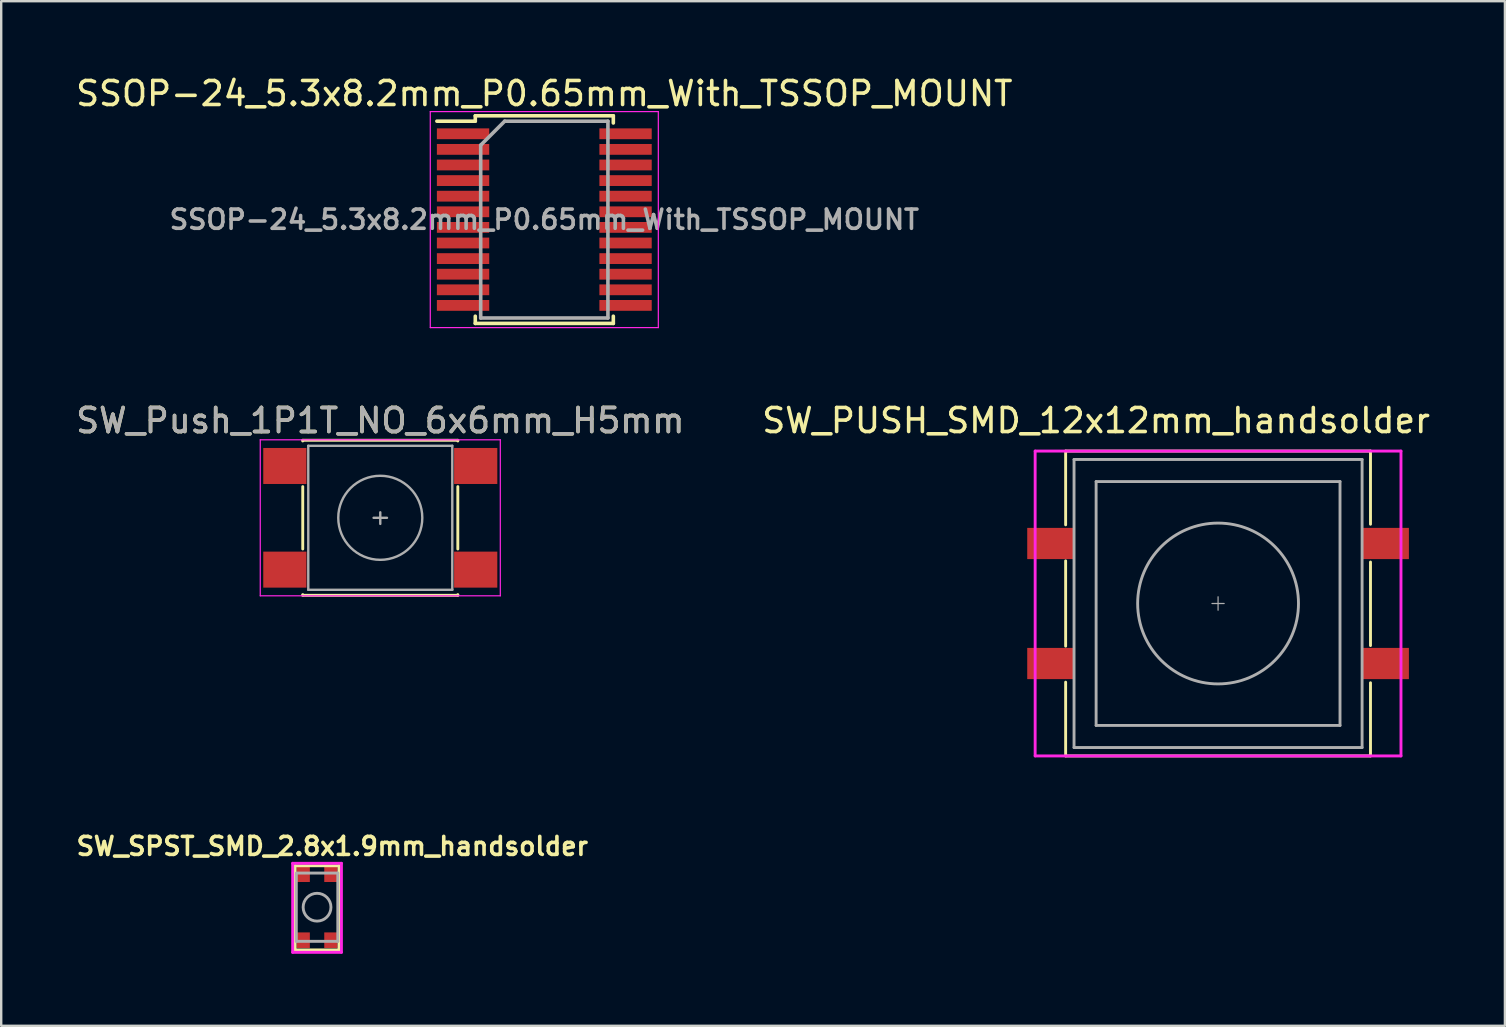
<source format=kicad_pcb>
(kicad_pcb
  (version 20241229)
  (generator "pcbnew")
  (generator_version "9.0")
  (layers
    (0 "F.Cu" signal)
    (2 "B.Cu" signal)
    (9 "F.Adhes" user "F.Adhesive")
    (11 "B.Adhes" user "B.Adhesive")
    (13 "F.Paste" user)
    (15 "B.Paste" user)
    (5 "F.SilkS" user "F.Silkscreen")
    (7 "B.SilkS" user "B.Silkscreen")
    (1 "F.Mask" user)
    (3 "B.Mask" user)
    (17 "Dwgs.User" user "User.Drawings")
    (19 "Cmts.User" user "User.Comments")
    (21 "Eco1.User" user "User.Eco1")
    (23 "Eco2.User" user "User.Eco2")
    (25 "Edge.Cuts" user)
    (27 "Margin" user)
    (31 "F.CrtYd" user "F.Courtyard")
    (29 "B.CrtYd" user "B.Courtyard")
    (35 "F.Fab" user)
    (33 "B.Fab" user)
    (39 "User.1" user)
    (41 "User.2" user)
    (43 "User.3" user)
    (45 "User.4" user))
  (footprint "SW_SPST_SMD_2.8x1.9mm_handsolder"
    (layer "F.Cu")
    (at 10.158 34.743)
    (property "Reference" "SW_SPST_SMD_2.8x1.9mm_handsolder" (at 0.635 -2.54 0) (layer "F.SilkS") (effects (font (size 0.75 0.75) (thickness 0.15))))
    (attr through_hole)
    (fp_line (start -0.914 -1.727) (end 0.914 -1.727) (stroke (width 0.12) (type solid)) (layer "F.SilkS"))
    (fp_line (start -0.914 1.778) (end -0.914 -1.727) (stroke (width 0.12) (type solid)) (layer "F.SilkS"))
    (fp_line (start 0.914 -1.727) (end 0.914 1.778) (stroke (width 0.12) (type solid)) (layer "F.SilkS"))
    (fp_line (start 0.914 1.778) (end -0.914 1.778) (stroke (width 0.12) (type solid)) (layer "F.SilkS"))
    (fp_line (start -1.016 -1.829) (end 1.016 -1.829) (stroke (width 0.12) (type solid)) (layer "F.CrtYd"))
    (fp_line (start -1.016 1.88) (end -1.016 -1.829) (stroke (width 0.12) (type solid)) (layer "F.CrtYd"))
    (fp_line (start 1.016 -1.829) (end 1.016 1.88) (stroke (width 0.12) (type solid)) (layer "F.CrtYd"))
    (fp_line (start 1.016 1.88) (end -1.016 1.88) (stroke (width 0.12) (type solid)) (layer "F.CrtYd"))
    (fp_line (start -0.864 -1.422) (end 0.864 -1.422) (stroke (width 0.12) (type solid)) (layer "F.Fab"))
    (fp_line (start -0.864 1.422) (end -0.864 -1.372) (stroke (width 0.12) (type solid)) (layer "F.Fab"))
    (fp_line (start 0.864 -1.422) (end 0.864 1.422) (stroke (width 0.12) (type solid)) (layer "F.Fab"))
    (fp_line (start 0.864 1.422) (end -0.864 1.422) (stroke (width 0.12) (type solid)) (layer "F.Fab"))
    (fp_circle (center 0 0) (end 0.457 -0.356) (stroke (width 0.12) (type solid)) (fill no) (layer "F.Fab"))
    (pad "1" smd rect (at 0.575 -1.375 90) (size 0.65 0.55) (layers "F.Cu" "F.Mask" "F.Paste"))
    (pad "1" smd rect (at 0.575 1.375 90) (size 0.65 0.55) (layers "F.Cu" "F.Mask" "F.Paste"))
    (pad "2" smd rect (at -0.575 -1.375 90) (size 0.65 0.55) (layers "F.Cu" "F.Mask" "F.Paste"))
    (pad "2" smd rect (at -0.575 1.375 90) (size 0.65 0.55) (layers "F.Cu" "F.Mask" "F.Paste")))
  (footprint "SW_PUSH_SMD_12x12mm_handsolder"
    (layer "F.Cu")
    (at 47.693 22.091)
    (property "Reference" "SW_PUSH_SMD_12x12mm_handsolder" (at -5.08 -7.62 0) (layer "F.SilkS") (effects (font (size 1 1) (thickness 0.15))))
    (attr through_hole)
    (fp_line (start -6.35 -6.35) (end -6.35 -3.277) (stroke (width 0.12) (type solid)) (layer "F.SilkS"))
    (fp_line (start -6.35 1.778) (end -6.35 -1.778) (stroke (width 0.12) (type solid)) (layer "F.SilkS"))
    (fp_line (start -6.35 6.35) (end -6.35 3.277) (stroke (width 0.12) (type solid)) (layer "F.SilkS"))
    (fp_line (start -6.35 6.35) (end 6.35 6.35) (stroke (width 0.12) (type solid)) (layer "F.SilkS"))
    (fp_line (start 6.35 -6.35) (end -6.35 -6.35) (stroke (width 0.12) (type solid)) (layer "F.SilkS"))
    (fp_line (start 6.35 -6.35) (end 6.35 -3.302) (stroke (width 0.12) (type solid)) (layer "F.SilkS"))
    (fp_line (start 6.35 -1.727) (end 6.35 1.753) (stroke (width 0.12) (type solid)) (layer "F.SilkS"))
    (fp_line (start 6.35 3.302) (end 6.35 6.35) (stroke (width 0.12) (type solid)) (layer "F.SilkS"))
    (fp_line (start -7.62 -6.35) (end 7.62 -6.35) (stroke (width 0.12) (type solid)) (layer "F.CrtYd"))
    (fp_line (start -7.62 6.35) (end -7.62 -6.35) (stroke (width 0.12) (type solid)) (layer "F.CrtYd"))
    (fp_line (start 7.62 -6.35) (end 7.62 6.35) (stroke (width 0.12) (type solid)) (layer "F.CrtYd"))
    (fp_line (start 7.62 6.35) (end -7.62 6.35) (stroke (width 0.12) (type solid)) (layer "F.CrtYd"))
    (fp_line (start -6 -6) (end -6 6) (stroke (width 0.12) (type solid)) (layer "F.Fab"))
    (fp_line (start -6 -6) (end 6 -6) (stroke (width 0.12) (type solid)) (layer "F.Fab"))
    (fp_line (start -6 6) (end 6 6) (stroke (width 0.12) (type solid)) (layer "F.Fab"))
    (fp_line (start -5.08 -5.08) (end -5.08 5.08) (stroke (width 0.12) (type solid)) (layer "F.Fab"))
    (fp_line (start -5.08 5.08) (end 5.08 5.08) (stroke (width 0.12) (type solid)) (layer "F.Fab"))
    (fp_line (start -0.254 0) (end 0.254 0) (stroke (width 0.05) (type solid)) (layer "F.Fab"))
    (fp_line (start 0 -0.279) (end 0 0.279) (stroke (width 0.05) (type solid)) (layer "F.Fab"))
    (fp_line (start 5.08 -5.08) (end -5.08 -5.08) (stroke (width 0.12) (type solid)) (layer "F.Fab"))
    (fp_line (start 5.08 5.08) (end 5.08 -5.08) (stroke (width 0.12) (type solid)) (layer "F.Fab"))
    (fp_line (start 6 -6) (end 6 6) (stroke (width 0.12) (type solid)) (layer "F.Fab"))
    (fp_circle (center 0 0) (end 3.35 0) (stroke (width 0.12) (type solid)) (fill no) (layer "F.Fab"))
    (pad "1" smd rect (at -6.975 -2.5) (size 1.95 1.3) (layers "F.Cu" "F.Mask" "F.Paste"))
    (pad "1" smd rect (at 6.975 -2.5) (size 1.95 1.3) (layers "F.Cu" "F.Mask" "F.Paste"))
    (pad "2" smd rect (at -6.975 2.5) (size 1.95 1.3) (layers "F.Cu" "F.Mask" "F.Paste"))
    (pad "2" smd rect (at 6.975 2.5) (size 1.95 1.3) (layers "F.Cu" "F.Mask" "F.Paste")))
  (footprint "SW_Push_1P1T_NO_6x6mm_H5mm"
    (layer "F.Cu")
    (at 12.792 18.521)
    (property "Reference" "SW_Push_1P1T_NO_6x6mm_H5mm" (at 0 -4.05 0) (layer "F.SilkS") (effects (font (size 1 1) (thickness 0.15))))
    (attr smd)
    (fp_line (start -3.23 -3.23) (end 3.23 -3.23) (stroke (width 0.12) (type solid)) (layer "F.SilkS"))
    (fp_line (start -3.23 -3.2) (end -3.23 -3.23) (stroke (width 0.12) (type solid)) (layer "F.SilkS"))
    (fp_line (start -3.23 -1.3) (end -3.23 1.3) (stroke (width 0.12) (type solid)) (layer "F.SilkS"))
    (fp_line (start -3.23 3.23) (end -3.23 3.2) (stroke (width 0.12) (type solid)) (layer "F.SilkS"))
    (fp_line (start -3.23 3.23) (end 3.23 3.23) (stroke (width 0.12) (type solid)) (layer "F.SilkS"))
    (fp_line (start 3.23 -3.23) (end 3.23 -3.2) (stroke (width 0.12) (type solid)) (layer "F.SilkS"))
    (fp_line (start 3.23 -1.3) (end 3.23 1.3) (stroke (width 0.12) (type solid)) (layer "F.SilkS"))
    (fp_line (start 3.23 3.23) (end 3.23 3.2) (stroke (width 0.12) (type solid)) (layer "F.SilkS"))
    (fp_line (start -5 -3.25) (end -5 3.25) (stroke (width 0.05) (type solid)) (layer "F.CrtYd"))
    (fp_line (start -5 -3.25) (end 5 -3.25) (stroke (width 0.05) (type solid)) (layer "F.CrtYd"))
    (fp_line (start -5 3.25) (end 5 3.25) (stroke (width 0.05) (type solid)) (layer "F.CrtYd"))
    (fp_line (start 5 3.25) (end 5 -3.25) (stroke (width 0.05) (type solid)) (layer "F.CrtYd"))
    (fp_line (start -3 -3) (end -3 3) (stroke (width 0.1) (type solid)) (layer "F.Fab"))
    (fp_line (start -3 3) (end 3 3) (stroke (width 0.1) (type solid)) (layer "F.Fab"))
    (fp_line (start -0.279 0) (end 0.279 0) (stroke (width 0.1) (type solid)) (layer "F.Fab"))
    (fp_line (start 0 -0.229) (end 0 0.254) (stroke (width 0.1) (type solid)) (layer "F.Fab"))
    (fp_line (start 3 -3) (end -3 -3) (stroke (width 0.1) (type solid)) (layer "F.Fab"))
    (fp_line (start 3 3) (end 3 -3) (stroke (width 0.1) (type solid)) (layer "F.Fab"))
    (fp_circle (center 0 0) (end 1.75 -0.05) (stroke (width 0.1) (type solid)) (fill no) (layer "F.Fab"))
    (fp_text user "${REFERENCE}" (at 0 -4.05 0) (layer "F.Fab") (effects (font (size 1 1) (thickness 0.15))))
    (pad "1" smd rect (at -3.975 -2.159) (size 1.8 1.5) (layers "F.Cu" "F.Mask" "F.Paste"))
    (pad "1" smd rect (at 3.975 -2.159) (size 1.8 1.5) (layers "F.Cu" "F.Mask" "F.Paste"))
    (pad "2" smd rect (at -3.975 2.159) (size 1.8 1.5) (layers "F.Cu" "F.Mask" "F.Paste"))
    (pad "2" smd rect (at 3.975 2.159) (size 1.8 1.5) (layers "F.Cu" "F.Mask" "F.Paste")))
  (footprint "SSOP-24_5.3x8.2mm_P0.65mm_With_TSSOP_MOUNT"
    (layer "F.Cu")
    (at 19.625 6.098)
    (property "Reference" "SSOP-24_5.3x8.2mm_P0.65mm_With_TSSOP_MOUNT" (at 0 -5.25 0) (layer "F.SilkS") (effects (font (size 1 1) (thickness 0.15))))
    (attr smd)
    (fp_line (start -2.875 -4.325) (end -2.875 -4.1) (stroke (width 0.15) (type solid)) (layer "F.SilkS"))
    (fp_line (start -2.875 -4.325) (end 2.875 -4.325) (stroke (width 0.15) (type solid)) (layer "F.SilkS"))
    (fp_line (start -2.875 -4.1) (end -4.475 -4.1) (stroke (width 0.15) (type solid)) (layer "F.SilkS"))
    (fp_line (start -2.875 4.325) (end -2.875 4.025) (stroke (width 0.15) (type solid)) (layer "F.SilkS"))
    (fp_line (start -2.875 4.325) (end 2.875 4.325) (stroke (width 0.15) (type solid)) (layer "F.SilkS"))
    (fp_line (start 2.875 -4.325) (end 2.875 -4.025) (stroke (width 0.15) (type solid)) (layer "F.SilkS"))
    (fp_line (start 2.875 4.325) (end 2.875 4.025) (stroke (width 0.15) (type solid)) (layer "F.SilkS"))
    (fp_line (start -4.75 -4.5) (end -4.75 4.5) (stroke (width 0.05) (type solid)) (layer "F.CrtYd"))
    (fp_line (start -4.75 -4.5) (end 4.75 -4.5) (stroke (width 0.05) (type solid)) (layer "F.CrtYd"))
    (fp_line (start -4.75 4.5) (end 4.75 4.5) (stroke (width 0.05) (type solid)) (layer "F.CrtYd"))
    (fp_line (start 4.75 -4.5) (end 4.75 4.5) (stroke (width 0.05) (type solid)) (layer "F.CrtYd"))
    (fp_line (start -2.65 -3.1) (end -1.65 -4.1) (stroke (width 0.15) (type solid)) (layer "F.Fab"))
    (fp_line (start -2.65 4.1) (end -2.65 -3.1) (stroke (width 0.15) (type solid)) (layer "F.Fab"))
    (fp_line (start -1.65 -4.1) (end 2.65 -4.1) (stroke (width 0.15) (type solid)) (layer "F.Fab"))
    (fp_line (start 2.65 -4.1) (end 2.65 4.1) (stroke (width 0.15) (type solid)) (layer "F.Fab"))
    (fp_line (start 2.65 4.1) (end -2.65 4.1) (stroke (width 0.15) (type solid)) (layer "F.Fab"))
    (fp_text user "${REFERENCE}" (at 0 0 0) (layer "F.Fab") (effects (font (size 0.8 0.8) (thickness 0.15))))
    (pad "1" smd rect (at -3.6 -3.575) (size 2.18 0.45) (drill (offset 0.215 0)) (layers "F.Cu" "F.Mask" "F.Paste"))
    (pad "2" smd rect (at -3.6 -2.925) (size 2.18 0.45) (drill (offset 0.215 0)) (layers "F.Cu" "F.Mask" "F.Paste"))
    (pad "3" smd rect (at -3.6 -2.275) (size 2.18 0.45) (drill (offset 0.215 0)) (layers "F.Cu" "F.Mask" "F.Paste"))
    (pad "4" smd rect (at -3.6 -1.625) (size 2.18 0.45) (drill (offset 0.215 0)) (layers "F.Cu" "F.Mask" "F.Paste"))
    (pad "5" smd rect (at -3.6 -0.975) (size 2.18 0.45) (drill (offset 0.215 0)) (layers "F.Cu" "F.Mask" "F.Paste"))
    (pad "6" smd rect (at -3.6 -0.325) (size 2.18 0.45) (drill (offset 0.215 0)) (layers "F.Cu" "F.Mask" "F.Paste"))
    (pad "7" smd rect (at -3.6 0.325) (size 2.18 0.45) (drill (offset 0.215 0)) (layers "F.Cu" "F.Mask" "F.Paste"))
    (pad "8" smd rect (at -3.6 0.975) (size 2.18 0.45) (drill (offset 0.215 0)) (layers "F.Cu" "F.Mask" "F.Paste"))
    (pad "9" smd rect (at -3.6 1.625) (size 2.18 0.45) (drill (offset 0.215 0)) (layers "F.Cu" "F.Mask" "F.Paste"))
    (pad "10" smd rect (at -3.6 2.275) (size 2.18 0.45) (drill (offset 0.215 0)) (layers "F.Cu" "F.Mask" "F.Paste"))
    (pad "11" smd rect (at -3.6 2.925) (size 2.18 0.45) (drill (offset 0.215 0)) (layers "F.Cu" "F.Mask" "F.Paste"))
    (pad "12" smd rect (at -3.6 3.575) (size 2.18 0.45) (drill (offset 0.215 0)) (layers "F.Cu" "F.Mask" "F.Paste"))
    (pad "13" smd rect (at 3.6 3.575) (size 2.18 0.45) (drill (offset -0.215 0)) (layers "F.Cu" "F.Mask" "F.Paste"))
    (pad "14" smd rect (at 3.6 2.925) (size 2.18 0.45) (drill (offset -0.215 0)) (layers "F.Cu" "F.Mask" "F.Paste"))
    (pad "15" smd rect (at 3.6 2.275) (size 2.18 0.45) (drill (offset -0.215 0)) (layers "F.Cu" "F.Mask" "F.Paste"))
    (pad "16" smd rect (at 3.6 1.625) (size 2.18 0.45) (drill (offset -0.215 0)) (layers "F.Cu" "F.Mask" "F.Paste"))
    (pad "17" smd rect (at 3.6 0.975) (size 2.18 0.45) (drill (offset -0.215 0)) (layers "F.Cu" "F.Mask" "F.Paste"))
    (pad "18" smd rect (at 3.6 0.325) (size 2.18 0.45) (drill (offset -0.215 0)) (layers "F.Cu" "F.Mask" "F.Paste"))
    (pad "19" smd rect (at 3.6 -0.325) (size 2.18 0.45) (drill (offset -0.215 0)) (layers "F.Cu" "F.Mask" "F.Paste"))
    (pad "20" smd rect (at 3.6 -0.975) (size 2.18 0.45) (drill (offset -0.215 0)) (layers "F.Cu" "F.Mask" "F.Paste"))
    (pad "21" smd rect (at 3.6 -1.625) (size 2.18 0.45) (drill (offset -0.215 0)) (layers "F.Cu" "F.Mask" "F.Paste"))
    (pad "22" smd rect (at 3.6 -2.275) (size 2.18 0.45) (drill (offset -0.215 0)) (layers "F.Cu" "F.Mask" "F.Paste"))
    (pad "23" smd rect (at 3.6 -2.925) (size 2.18 0.45) (drill (offset -0.215 0)) (layers "F.Cu" "F.Mask" "F.Paste"))
    (pad "24" smd rect (at 3.6 -3.575) (size 2.18 0.45) (drill (offset -0.215 0)) (layers "F.Cu" "F.Mask" "F.Paste")))
  (gr_rect
    (start -3 -3)
    (end 59.643 39.683)
    (stroke (width 0.1) (type default))
    (fill no)
    (layer "Edge.Cuts")))
</source>
